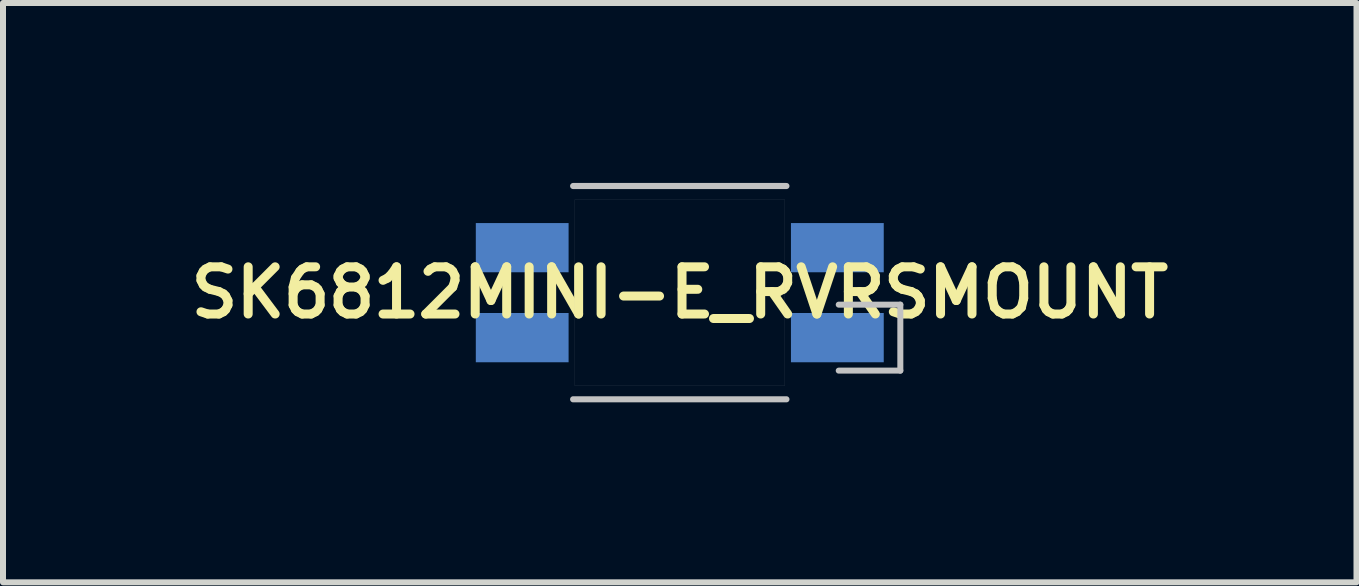
<source format=kicad_pcb>
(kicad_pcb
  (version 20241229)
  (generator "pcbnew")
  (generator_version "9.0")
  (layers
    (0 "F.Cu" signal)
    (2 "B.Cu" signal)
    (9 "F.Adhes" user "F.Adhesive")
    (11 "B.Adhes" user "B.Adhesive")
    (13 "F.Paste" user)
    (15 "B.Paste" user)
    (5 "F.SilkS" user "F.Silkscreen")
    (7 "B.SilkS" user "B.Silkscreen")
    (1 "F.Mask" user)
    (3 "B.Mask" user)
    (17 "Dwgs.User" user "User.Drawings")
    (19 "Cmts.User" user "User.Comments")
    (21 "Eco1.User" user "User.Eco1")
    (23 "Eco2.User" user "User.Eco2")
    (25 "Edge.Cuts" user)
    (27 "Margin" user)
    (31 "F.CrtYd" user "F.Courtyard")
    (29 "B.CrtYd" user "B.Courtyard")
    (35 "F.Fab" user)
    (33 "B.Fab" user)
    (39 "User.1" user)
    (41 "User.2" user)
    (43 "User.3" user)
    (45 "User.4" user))
  (footprint "SK6812MINI-E_RVRSMOUNT"
    (layer "F.Cu")
    (at 8.283 1.829)
    (property "Reference" "SK6812MINI-E_RVRSMOUNT" (at 0 0 0) (layer "F.SilkS") (effects (font (size 0.787 0.787) (thickness 0.15))))
    (attr smd)
    (fp_poly (pts (xy -1.75 -1.55) (xy 1.75 -1.55) (xy 1.75 1.55) (xy -1.75 1.55)) (stroke (width 0.01) (type solid)) (fill yes) (layer "F.Mask"))
    (fp_poly (pts (xy -1.75 -1.55) (xy 1.75 -1.55) (xy 1.75 1.55) (xy -1.75 1.55)) (stroke (width 0.01) (type solid)) (fill yes) (layer "B.Mask"))
    (fp_line (start -1.778 -1.778) (end 1.778 -1.778) (stroke (width 0.102) (type solid)) (layer "Dwgs.User"))
    (fp_line (start -1.778 1.778) (end 1.778 1.778) (stroke (width 0.102) (type solid)) (layer "Dwgs.User"))
    (fp_line (start -1.75 -1.55) (end -1.75 1.55) (stroke (width 0.001) (type solid)) (layer "Dwgs.User"))
    (fp_line (start -1.75 1.55) (end 1.75 1.55) (stroke (width 0.001) (type solid)) (layer "Dwgs.User"))
    (fp_line (start 1.75 -1.55) (end -1.75 -1.55) (stroke (width 0.001) (type solid)) (layer "Dwgs.User"))
    (fp_line (start 1.75 1.55) (end 1.75 -1.55) (stroke (width 0.001) (type solid)) (layer "Dwgs.User"))
    (fp_line (start 2.65 1.3) (end 3.677 1.3) (stroke (width 0.1) (type solid)) (layer "Dwgs.User"))
    (fp_line (start 3.677 0.2) (end 2.65 0.2) (stroke (width 0.1) (type solid)) (layer "Dwgs.User"))
    (fp_line (start 3.677 1.3) (end 3.677 0.2) (stroke (width 0.1) (type solid)) (layer "Dwgs.User"))
    (pad "P$1" smd custom (at -2.628 -0.75) (size 1.35 0.635) (layers "B.Cu" "B.Mask" "B.Paste") (options (anchor rect)) (primitives (gr_poly (pts (xy 0.774 0.41) (xy -0.772 0.41) (xy -0.772 -0.41) (xy 0.774 -0.41)) (width 0.001) (fill yes))))
    (pad "P$2" smd custom (at -2.628 0.75) (size 1.35 0.635) (layers "B.Cu" "B.Mask" "B.Paste") (options (anchor rect)) (primitives (gr_poly (pts (xy -0.772 -0.41) (xy -0.772 0.41) (xy 0.774 0.41) (xy 0.774 -0.41)) (width 0.001) (fill yes))))
    (pad "P$3" smd custom (at 2.628 0.75) (size 1.35 0.635) (layers "B.Cu" "B.Mask" "B.Paste") (options (anchor rect)) (primitives (gr_poly (pts (xy 0.772 -0.41) (xy 0.772 0.41) (xy -0.774 0.41) (xy -0.774 -0.41)) (width 0.001) (fill yes))))
    (pad "P$4" smd custom (at 2.628 -0.75) (size 1.35 0.635) (layers "B.Cu" "B.Mask" "B.Paste") (options (anchor rect)) (primitives (gr_poly (pts (xy -0.774 -0.41) (xy -0.774 0.41) (xy 0.772 0.41) (xy 0.772 -0.41)) (width 0.001) (fill yes)))))
  (gr_rect
    (start -3 -3)
    (end 19.565 6.658)
    (stroke (width 0.1) (type default))
    (fill no)
    (layer "Edge.Cuts")))
</source>
